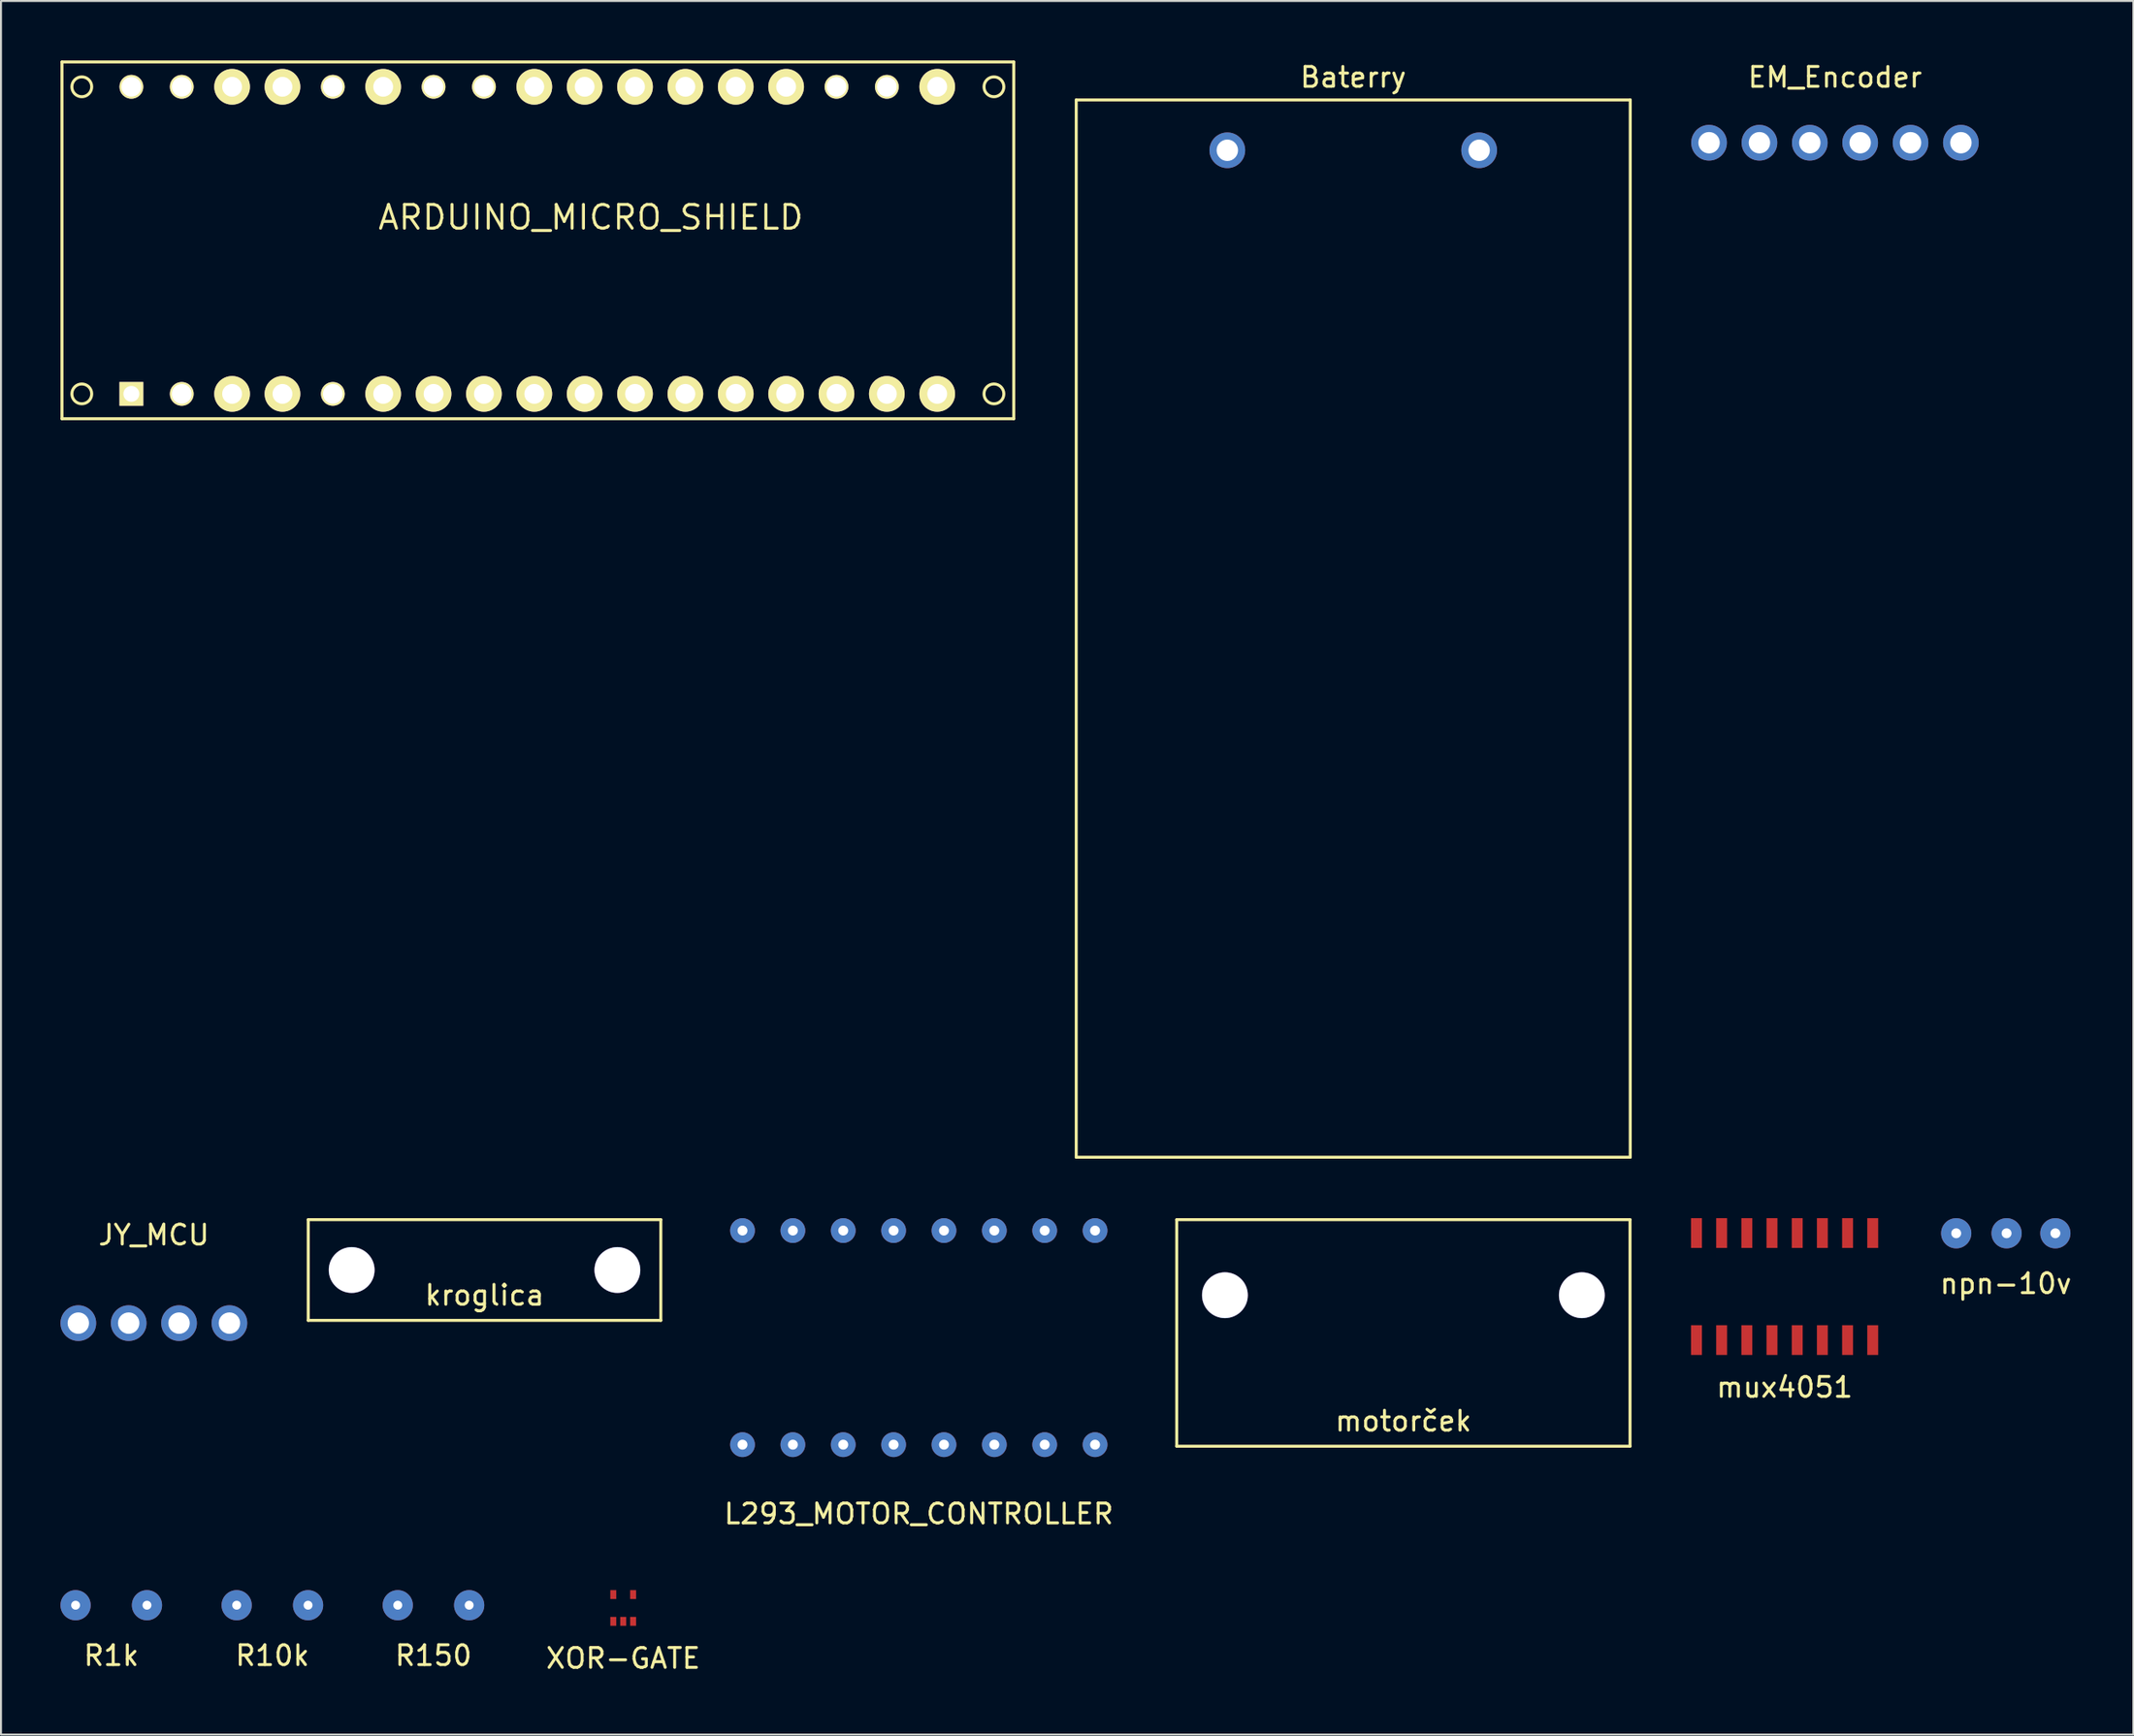
<source format=kicad_pcb>
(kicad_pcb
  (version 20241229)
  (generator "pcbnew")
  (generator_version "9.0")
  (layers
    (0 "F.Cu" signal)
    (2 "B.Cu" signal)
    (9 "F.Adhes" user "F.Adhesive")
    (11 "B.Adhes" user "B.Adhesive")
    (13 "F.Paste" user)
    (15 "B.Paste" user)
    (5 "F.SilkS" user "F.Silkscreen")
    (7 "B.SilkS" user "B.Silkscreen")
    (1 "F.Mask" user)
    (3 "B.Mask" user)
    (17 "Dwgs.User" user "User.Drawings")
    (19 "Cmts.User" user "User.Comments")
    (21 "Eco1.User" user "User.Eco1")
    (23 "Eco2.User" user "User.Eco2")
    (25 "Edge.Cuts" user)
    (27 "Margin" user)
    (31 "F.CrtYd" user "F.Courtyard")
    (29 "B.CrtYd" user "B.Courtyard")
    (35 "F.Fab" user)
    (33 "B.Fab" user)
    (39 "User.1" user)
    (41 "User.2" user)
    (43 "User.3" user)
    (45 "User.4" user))
  (footprint "motorček"
    (layer "F.Cu")
    (at 67.724 62.291)
    (property "Reference" "motorček" (at 0 6.35 0) (layer "F.SilkS") (effects (font (size 1 1) (thickness 0.15))))
    (attr through_hole)
    (fp_line (start -11.43 -3.81) (end -11.43 7.62) (stroke (width 0.15) (type solid)) (layer "F.SilkS"))
    (fp_line (start -11.43 7.62) (end 11.43 7.62) (stroke (width 0.15) (type solid)) (layer "F.SilkS"))
    (fp_line (start 11.43 -3.81) (end -11.43 -3.81) (stroke (width 0.15) (type solid)) (layer "F.SilkS"))
    (fp_line (start 11.43 7.62) (end 11.43 -3.81) (stroke (width 0.15) (type solid)) (layer "F.SilkS"))
    (pad "3" thru_hole circle (at -9 0) (size 2.32 2.32) (drill 2.3) (layers "*.Cu" "*.Mask"))
    (pad "4" thru_hole circle (at 9 0) (size 2.32 2.32) (drill 2.3) (layers "*.Cu" "*.Mask")))
  (footprint "npn-10v"
    (layer "F.Cu")
    (at 98.104 59.168)
    (property "Reference" "npn-10v" (at 0 2.54 0) (layer "F.SilkS") (effects (font (size 1 1) (thickness 0.15))))
    (attr through_hole)
    (pad "1" thru_hole circle (at 0.04 0) (size 1.524 1.524) (drill 0.5) (layers "*.Cu" "*.Mask"))
    (pad "2" thru_hole circle (at -2.5 0) (size 1.524 1.524) (drill 0.5) (layers "*.Cu" "*.Mask"))
    (pad "3" thru_hole circle (at 2.5 0) (size 1.524 1.524) (drill 0.5) (layers "*.Cu" "*.Mask")))
  (footprint "kroglica"
    (layer "F.Cu")
    (at 21.385 61.021)
    (property "Reference" "kroglica" (at 0 1.27 0) (layer "F.SilkS") (effects (font (size 1 1) (thickness 0.15))))
    (attr through_hole)
    (fp_line (start -8.89 -2.54) (end 8.89 -2.54) (stroke (width 0.15) (type solid)) (layer "F.SilkS"))
    (fp_line (start -8.89 2.54) (end -8.89 -2.54) (stroke (width 0.15) (type solid)) (layer "F.SilkS"))
    (fp_line (start 8.89 -2.54) (end 8.89 2.54) (stroke (width 0.15) (type solid)) (layer "F.SilkS"))
    (fp_line (start 8.89 2.54) (end -8.89 2.54) (stroke (width 0.15) (type solid)) (layer "F.SilkS"))
    (pad "1" thru_hole circle (at -6.7 0) (size 2.32 2.32) (drill 2.3) (layers "*.Cu" "*.Mask"))
    (pad "2" thru_hole circle (at 6.7 0) (size 2.32 2.32) (drill 2.3) (layers "*.Cu" "*.Mask")))
  (footprint "R1k"
    (layer "F.Cu")
    (at 2.562 77.931)
    (property "Reference" "R1k" (at 0 2.54 0) (layer "F.SilkS") (effects (font (size 1 1) (thickness 0.15))))
    (attr through_hole)
    (pad "1" thru_hole circle (at -1.8 0) (size 1.524 1.524) (drill 0.45) (layers "*.Cu" "*.Mask"))
    (pad "2" thru_hole circle (at 1.8 0) (size 1.524 1.524) (drill 0.45) (layers "*.Cu" "*.Mask")))
  (footprint "ARDUINO_MICRO_SHIELD"
    (layer "F.Cu")
    (at 24.205 9.185)
    (property "Reference" "ARDUINO_MICRO_SHIELD" (at 2.54 -1.27 0) (layer "F.SilkS") (effects (font (size 1.2 1.2) (thickness 0.15))))
    (attr through_hole)
    (fp_line (start -24.13 -9.11) (end 23.87 -9.11) (stroke (width 0.15) (type solid)) (layer "F.SilkS"))
    (fp_line (start -24.13 8.89) (end -24.13 -9.11) (stroke (width 0.15) (type solid)) (layer "F.SilkS"))
    (fp_line (start 23.87 -9.11) (end 23.87 8.89) (stroke (width 0.15) (type solid)) (layer "F.SilkS"))
    (fp_line (start 23.87 8.89) (end -24.13 8.89) (stroke (width 0.15) (type solid)) (layer "F.SilkS"))
    (fp_circle (center -23.13 -7.856) (end -22.63 -7.856) (stroke (width 0.15) (type solid)) (fill no) (layer "F.SilkS"))
    (fp_circle (center -23.13 7.636) (end -22.63 7.636) (stroke (width 0.15) (type solid)) (fill no) (layer "F.SilkS"))
    (fp_circle (center 22.87 -7.856) (end 23.37 -7.856) (stroke (width 0.15) (type solid)) (fill no) (layer "F.SilkS"))
    (fp_circle (center 22.87 7.636) (end 23.37 7.636) (stroke (width 0.15) (type solid)) (fill no) (layer "F.SilkS"))
    (pad "2" thru_hole circle (at -5.39 7.636) (size 1.8 1.8) (drill 1) (layers "*.Cu" "*.Mask" "F.SilkS"))
    (pad "3" thru_hole circle (at -2.85 7.636) (size 1.8 1.8) (drill 1) (layers "*.Cu" "*.Mask" "F.SilkS"))
    (pad "3.3V" thru_hole circle (at 17.47 -7.856) (size 1.2 1.2) (drill 1) (layers "*.Cu" "*.Mask" "F.SilkS"))
    (pad "4" thru_hole circle (at -0.31 7.636) (size 1.8 1.8) (drill 1) (layers "*.Cu" "*.Mask" "F.SilkS"))
    (pad "5" thru_hole circle (at 2.23 7.636) (size 1.8 1.8) (drill 1) (layers "*.Cu" "*.Mask" "F.SilkS"))
    (pad "5V" thru_hole circle (at -7.93 -7.856) (size 1.8 1.8) (drill 1) (layers "*.Cu" "*.Mask" "F.SilkS"))
    (pad "6" thru_hole circle (at 4.77 7.636) (size 1.8 1.8) (drill 1) (layers "*.Cu" "*.Mask" "F.SilkS"))
    (pad "7" thru_hole circle (at 7.31 7.636) (size 1.8 1.8) (drill 1) (layers "*.Cu" "*.Mask" "F.SilkS"))
    (pad "8" thru_hole circle (at 9.85 7.636) (size 1.8 1.8) (drill 1) (layers "*.Cu" "*.Mask" "F.SilkS"))
    (pad "9" thru_hole circle (at 12.39 7.636) (size 1.8 1.8) (drill 1) (layers "*.Cu" "*.Mask" "F.SilkS"))
    (pad "10" thru_hole circle (at 14.93 7.636) (size 1.8 1.8) (drill 1) (layers "*.Cu" "*.Mask" "F.SilkS"))
    (pad "11" thru_hole circle (at 17.47 7.636) (size 1.8 1.8) (drill 1) (layers "*.Cu" "*.Mask" "F.SilkS"))
    (pad "12" thru_hole circle (at 20.01 7.636) (size 1.8 1.8) (drill 1) (layers "*.Cu" "*.Mask" "F.SilkS"))
    (pad "13" thru_hole circle (at 20.01 -7.856) (size 1.8 1.8) (drill 1) (layers "*.Cu" "*.Mask" "F.SilkS"))
    (pad "A0" thru_hole circle (at 12.39 -7.856) (size 1.8 1.8) (drill 1) (layers "*.Cu" "*.Mask" "F.SilkS"))
    (pad "A1" thru_hole circle (at 9.85 -7.856) (size 1.8 1.8) (drill 1) (layers "*.Cu" "*.Mask" "F.SilkS"))
    (pad "A2" thru_hole circle (at 7.31 -7.856) (size 1.8 1.8) (drill 1) (layers "*.Cu" "*.Mask" "F.SilkS"))
    (pad "A3" thru_hole circle (at 4.77 -7.856) (size 1.8 1.8) (drill 1) (layers "*.Cu" "*.Mask" "F.SilkS"))
    (pad "A4" thru_hole circle (at 2.23 -7.856) (size 1.8 1.8) (drill 1) (layers "*.Cu" "*.Mask" "F.SilkS"))
    (pad "A5" thru_hole circle (at -0.31 -7.856) (size 1.8 1.8) (drill 1) (layers "*.Cu" "*.Mask" "F.SilkS"))
    (pad "AREF" thru_hole circle (at 14.93 -7.856) (size 1.2 1.2) (drill 1) (layers "*.Cu" "*.Mask" "F.SilkS"))
    (pad "GND" thru_hole circle (at -13.01 -7.856) (size 1.8 1.8) (drill 1) (layers "*.Cu" "*.Mask" "F.SilkS"))
    (pad "GND" thru_hole circle (at -7.93 7.636) (size 1.8 1.8) (drill 1) (layers "*.Cu" "*.Mask" "F.SilkS"))
    (pad "MI" thru_hole circle (at -18.09 -7.856) (size 1.2 1.2) (drill 1) (layers "*.Cu" "*.Mask" "F.SilkS"))
    (pad "MO" thru_hole rect (at -20.63 7.636) (size 1.2 1.2) (drill 0.8) (layers "*.Cu" "*.Mask" "F.SilkS"))
    (pad "NC" thru_hole circle (at -5.39 -7.856) (size 1.2 1.2) (drill 1) (layers "*.Cu" "*.Mask" "F.SilkS"))
    (pad "NC" thru_hole circle (at -2.85 -7.856) (size 1.2 1.2) (drill 1) (layers "*.Cu" "*.Mask" "F.SilkS"))
    (pad "RST" thru_hole circle (at -10.47 -7.856) (size 1.2 1.2) (drill 1) (layers "*.Cu" "*.Mask" "F.SilkS"))
    (pad "RST" thru_hole circle (at -10.47 7.636) (size 1.2 1.2) (drill 1) (layers "*.Cu" "*.Mask" "F.SilkS"))
    (pad "RX" thru_hole circle (at -13.01 7.636) (size 1.8 1.8) (drill 1) (layers "*.Cu" "*.Mask" "F.SilkS"))
    (pad "SCK" thru_hole circle (at -20.63 -7.856) (size 1.2 1.2) (drill 1) (layers "*.Cu" "*.Mask" "F.SilkS"))
    (pad "SS" thru_hole circle (at -18.09 7.636) (size 1.2 1.2) (drill 1) (layers "*.Cu" "*.Mask" "F.SilkS"))
    (pad "TX" thru_hole circle (at -15.55 7.636) (size 1.8 1.8) (drill 1) (layers "*.Cu" "*.Mask" "F.SilkS"))
    (pad "VI" thru_hole circle (at -15.55 -7.856) (size 1.8 1.8) (drill 1) (layers "*.Cu" "*.Mask" "F.SilkS")))
  (footprint "EM_Encoder"
    (layer "F.Cu")
    (at 89.49 4.15)
    (property "Reference" "EM_Encoder" (at 0 -3.302 0) (layer "F.SilkS") (effects (font (size 1 1) (thickness 0.15))))
    (attr through_hole)
    (pad "1" thru_hole circle (at -6.35 0) (size 1.8 1.8) (drill 1.08) (layers "*.Cu" "*.Mask"))
    (pad "2" thru_hole circle (at -3.81 0) (size 1.8 1.8) (drill 1.08) (layers "*.Cu" "*.Mask"))
    (pad "3" thru_hole circle (at -1.27 0) (size 1.8 1.8) (drill 1.08) (layers "*.Cu" "*.Mask"))
    (pad "4" thru_hole circle (at 1.27 0) (size 1.8 1.8) (drill 1.08) (layers "*.Cu" "*.Mask"))
    (pad "5" thru_hole circle (at 3.81 0) (size 1.8 1.8) (drill 1.08) (layers "*.Cu" "*.Mask"))
    (pad "6" thru_hole circle (at 6.35 0) (size 1.8 1.8) (drill 1.08) (layers "*.Cu" "*.Mask")))
  (footprint "Baterry"
    (layer "F.Cu")
    (at 65.195 4.531)
    (property "Reference" "Baterry" (at 0 -3.683 0) (layer "F.SilkS") (effects (font (size 1 1) (thickness 0.15))))
    (attr through_hole)
    (fp_line (start -13.97 -2.54) (end 13.97 -2.54) (stroke (width 0.15) (type solid)) (layer "F.SilkS"))
    (fp_line (start -13.97 50.8) (end -13.97 -2.54) (stroke (width 0.15) (type solid)) (layer "F.SilkS"))
    (fp_line (start 13.97 -2.54) (end 13.97 50.8) (stroke (width 0.15) (type solid)) (layer "F.SilkS"))
    (fp_line (start 13.97 50.8) (end -13.97 50.8) (stroke (width 0.15) (type solid)) (layer "F.SilkS"))
    (pad "1" thru_hole circle (at -6.35 0) (size 1.8 1.8) (drill 1.08) (layers "*.Cu" "*.Mask"))
    (pad "2" thru_hole circle (at 6.35 0) (size 1.8 1.8) (drill 1.08) (layers "*.Cu" "*.Mask")))
  (footprint "JY_MCU"
    (layer "F.Cu")
    (at 4.71 63.7)
    (property "Reference" "JY_MCU" (at 0 -4.445 0) (layer "F.SilkS") (effects (font (size 1 1) (thickness 0.15))))
    (attr through_hole)
    (pad "1" thru_hole circle (at -3.81 0) (size 1.8 1.8) (drill 1.08) (layers "*.Cu" "*.Mask"))
    (pad "2" thru_hole circle (at -1.27 0) (size 1.8 1.8) (drill 1.08) (layers "*.Cu" "*.Mask"))
    (pad "3" thru_hole circle (at 1.27 0) (size 1.8 1.8) (drill 1.08) (layers "*.Cu" "*.Mask"))
    (pad "4" thru_hole circle (at 3.81 0) (size 1.8 1.8) (drill 1.08) (layers "*.Cu" "*.Mask")))
  (footprint "R150"
    (layer "F.Cu")
    (at 18.81 77.931)
    (property "Reference" "R150" (at 0 2.54 0) (layer "F.SilkS") (effects (font (size 1 1) (thickness 0.15))))
    (attr through_hole)
    (pad "1" thru_hole circle (at -1.8 0) (size 1.524 1.524) (drill 0.45) (layers "*.Cu" "*.Mask"))
    (pad "2" thru_hole circle (at 1.8 0) (size 1.524 1.524) (drill 0.45) (layers "*.Cu" "*.Mask")))
  (footprint "L293_MOTOR_CONTROLLER"
    (layer "F.Cu")
    (at 43.285 64.431)
    (property "Reference" "L293_MOTOR_CONTROLLER" (at 0 8.89 0) (layer "F.SilkS") (effects (font (size 1 1) (thickness 0.15))))
    (attr through_hole)
    (pad "1" thru_hole circle (at -8.89 5.4) (size 1.25 1.25) (drill 0.5) (layers "*.Cu" "*.Mask"))
    (pad "2" thru_hole circle (at -6.35 5.4) (size 1.25 1.25) (drill 0.5) (layers "*.Cu" "*.Mask"))
    (pad "3" thru_hole circle (at -3.81 5.4) (size 1.25 1.25) (drill 0.5) (layers "*.Cu" "*.Mask"))
    (pad "4" thru_hole circle (at -1.27 5.4) (size 1.25 1.25) (drill 0.5) (layers "*.Cu" "*.Mask"))
    (pad "5" thru_hole circle (at 1.27 5.4) (size 1.25 1.25) (drill 0.5) (layers "*.Cu" "*.Mask"))
    (pad "6" thru_hole circle (at 3.81 5.4) (size 1.25 1.25) (drill 0.5) (layers "*.Cu" "*.Mask"))
    (pad "7" thru_hole circle (at 6.35 5.4) (size 1.25 1.25) (drill 0.5) (layers "*.Cu" "*.Mask"))
    (pad "8" thru_hole circle (at 8.89 5.4) (size 1.25 1.25) (drill 0.5) (layers "*.Cu" "*.Mask"))
    (pad "9" thru_hole circle (at 8.89 -5.4) (size 1.25 1.25) (drill 0.5) (layers "*.Cu" "*.Mask"))
    (pad "10" thru_hole circle (at 6.35 -5.4) (size 1.25 1.25) (drill 0.5) (layers "*.Cu" "*.Mask"))
    (pad "11" thru_hole circle (at 3.81 -5.4) (size 1.25 1.25) (drill 0.5) (layers "*.Cu" "*.Mask"))
    (pad "12" thru_hole circle (at 1.27 -5.4) (size 1.25 1.25) (drill 0.5) (layers "*.Cu" "*.Mask"))
    (pad "13" thru_hole circle (at -1.27 -5.4) (size 1.25 1.25) (drill 0.5) (layers "*.Cu" "*.Mask"))
    (pad "14" thru_hole circle (at -3.81 -5.4) (size 1.25 1.25) (drill 0.5) (layers "*.Cu" "*.Mask"))
    (pad "15" thru_hole circle (at -6.35 -5.4) (size 1.25 1.25) (drill 0.5) (layers "*.Cu" "*.Mask"))
    (pad "16" thru_hole circle (at -8.89 -5.4) (size 1.25 1.25) (drill 0.5) (layers "*.Cu" "*.Mask")))
  (footprint "R10k"
    (layer "F.Cu")
    (at 10.686 77.931)
    (property "Reference" "R10k" (at 0 2.54 0) (layer "F.SilkS") (effects (font (size 1 1) (thickness 0.15))))
    (attr through_hole)
    (pad "1" thru_hole circle (at -1.8 0) (size 1.524 1.524) (drill 0.45) (layers "*.Cu" "*.Mask"))
    (pad "2" thru_hole circle (at 1.8 0) (size 1.524 1.524) (drill 0.45) (layers "*.Cu" "*.Mask")))
  (footprint "XOR-GATE"
    (layer "F.Cu")
    (at 28.378 78.07)
    (property "Reference" "XOR-GATE" (at 0 2.54 0) (layer "F.SilkS") (effects (font (size 1 1) (thickness 0.15))))
    (attr through_hole)
    (pad "1" smd trapezoid (at -0.5 0.675) (size 0.3 0.45) (layers "F.Cu" "F.Mask" "F.Paste"))
    (pad "2" smd trapezoid (at 0 0.675) (size 0.3 0.45) (layers "F.Cu" "F.Mask" "F.Paste"))
    (pad "3" smd trapezoid (at 0.5 0.675) (size 0.3 0.45) (layers "F.Cu" "F.Mask" "F.Paste"))
    (pad "4" smd trapezoid (at 0.5 -0.675) (size 0.3 0.45) (layers "F.Cu" "F.Mask" "F.Paste"))
    (pad "5" smd trapezoid (at -0.5 -0.675) (size 0.3 0.45) (layers "F.Cu" "F.Mask" "F.Paste")))
  (footprint "mux4051"
    (layer "F.Cu")
    (at 86.949 61.856)
    (property "Reference" "mux4051" (at 0 5.08 0) (layer "F.SilkS") (effects (font (size 1 1) (thickness 0.15))))
    (attr through_hole)
    (pad "1" smd rect (at -4.445 2.7) (size 0.55 1.5) (layers "F.Cu" "F.Mask" "F.Paste"))
    (pad "2" smd rect (at -3.175 2.7) (size 0.55 1.5) (layers "F.Cu" "F.Mask" "F.Paste"))
    (pad "3" smd rect (at -1.905 2.7) (size 0.55 1.5) (layers "F.Cu" "F.Mask" "F.Paste"))
    (pad "4" smd rect (at -0.635 2.7) (size 0.55 1.5) (layers "F.Cu" "F.Mask" "F.Paste"))
    (pad "5" smd rect (at 0.635 2.7) (size 0.55 1.5) (layers "F.Cu" "F.Mask" "F.Paste"))
    (pad "6" smd rect (at 1.905 2.7) (size 0.55 1.5) (layers "F.Cu" "F.Mask" "F.Paste"))
    (pad "7" smd rect (at 3.175 2.7) (size 0.55 1.5) (layers "F.Cu" "F.Mask" "F.Paste"))
    (pad "8" smd rect (at 4.445 2.7) (size 0.55 1.5) (layers "F.Cu" "F.Mask" "F.Paste"))
    (pad "9" smd rect (at 4.445 -2.7) (size 0.55 1.5) (layers "F.Cu" "F.Mask" "F.Paste"))
    (pad "10" smd rect (at 3.175 -2.7) (size 0.55 1.5) (layers "F.Cu" "F.Mask" "F.Paste"))
    (pad "11" smd rect (at 1.905 -2.7) (size 0.55 1.5) (layers "F.Cu" "F.Mask" "F.Paste"))
    (pad "12" smd rect (at 0.635 -2.7) (size 0.55 1.5) (layers "F.Cu" "F.Mask" "F.Paste"))
    (pad "13" smd rect (at -0.635 -2.7) (size 0.55 1.5) (layers "F.Cu" "F.Mask" "F.Paste"))
    (pad "14" smd rect (at -1.905 -2.7) (size 0.55 1.5) (layers "F.Cu" "F.Mask" "F.Paste"))
    (pad "15" smd rect (at -3.175 -2.7) (size 0.55 1.5) (layers "F.Cu" "F.Mask" "F.Paste"))
    (pad "16" smd rect (at -4.445 -2.7) (size 0.55 1.5) (layers "F.Cu" "F.Mask" "F.Paste")))
  (gr_rect
    (start -3 -3)
    (end 104.538 84.458)
    (stroke (width 0.1) (type default))
    (fill no)
    (layer "Edge.Cuts")))
</source>
